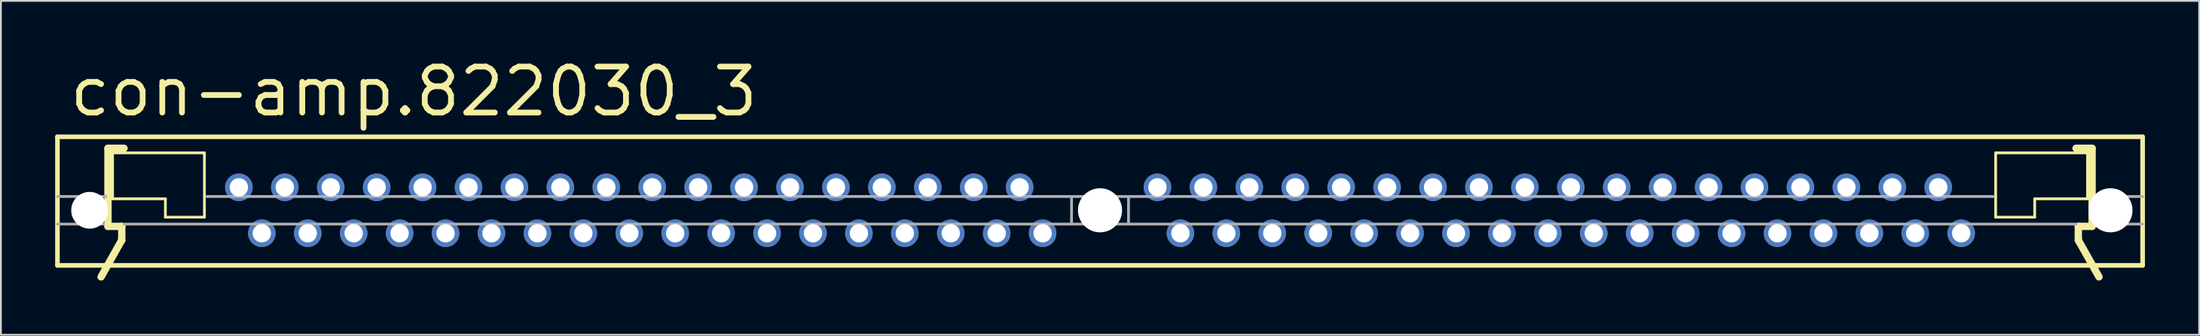
<source format=kicad_pcb>
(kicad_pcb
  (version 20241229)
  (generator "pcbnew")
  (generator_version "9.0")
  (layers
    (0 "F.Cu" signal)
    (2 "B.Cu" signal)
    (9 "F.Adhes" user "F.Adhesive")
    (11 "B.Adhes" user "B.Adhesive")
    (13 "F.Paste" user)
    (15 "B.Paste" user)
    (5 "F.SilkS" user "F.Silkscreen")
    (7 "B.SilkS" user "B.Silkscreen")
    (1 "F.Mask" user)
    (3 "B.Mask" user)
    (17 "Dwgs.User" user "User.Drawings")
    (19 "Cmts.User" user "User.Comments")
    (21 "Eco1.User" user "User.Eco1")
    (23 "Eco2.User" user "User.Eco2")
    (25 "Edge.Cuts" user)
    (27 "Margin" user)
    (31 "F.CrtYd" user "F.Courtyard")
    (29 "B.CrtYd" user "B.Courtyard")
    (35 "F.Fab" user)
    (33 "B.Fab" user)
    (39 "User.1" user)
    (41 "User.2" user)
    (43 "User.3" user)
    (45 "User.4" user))
  (footprint "con-amp.822030_3"
    (layer "F.Cu")
    (at 57.785 8.58)
    (property "Reference" "con-amp.822030_3" (at -57.15 -5.08 0) (layer "F.SilkS") (effects (font (size 2.54 2.54) (thickness 0.32)) (justify left bottom)))
    (attr through_hole)
    (fp_line (start -57.658 -4.064) (end 57.658 -4.064) (stroke (width 0.254) (type default)) (layer "F.SilkS"))
    (fp_line (start -57.658 3.048) (end -57.658 -4.064) (stroke (width 0.254) (type default)) (layer "F.SilkS"))
    (fp_line (start -54.864 -3.429) (end -54.864 0.889) (stroke (width 0.406) (type default)) (layer "F.SilkS"))
    (fp_line (start -54.864 0.889) (end -54.102 0.889) (stroke (width 0.406) (type default)) (layer "F.SilkS"))
    (fp_line (start -54.61 -3.175) (end -54.61 -0.635) (stroke (width 0.152) (type default)) (layer "F.SilkS"))
    (fp_line (start -54.102 0.889) (end -54.102 1.651) (stroke (width 0.406) (type default)) (layer "F.SilkS"))
    (fp_line (start -54.102 1.651) (end -55.245 3.683) (stroke (width 0.406) (type default)) (layer "F.SilkS"))
    (fp_line (start -53.975 -3.429) (end -54.864 -3.429) (stroke (width 0.406) (type default)) (layer "F.SilkS"))
    (fp_line (start -51.689 -0.635) (end -54.61 -0.635) (stroke (width 0.152) (type default)) (layer "F.SilkS"))
    (fp_line (start -51.689 0.381) (end -51.689 -0.635) (stroke (width 0.152) (type default)) (layer "F.SilkS"))
    (fp_line (start -51.689 0.381) (end -49.53 0.381) (stroke (width 0.152) (type default)) (layer "F.SilkS"))
    (fp_line (start -49.53 -3.175) (end -54.61 -3.175) (stroke (width 0.152) (type default)) (layer "F.SilkS"))
    (fp_line (start -49.53 0.381) (end -49.53 -3.175) (stroke (width 0.152) (type default)) (layer "F.SilkS"))
    (fp_line (start 49.53 -3.175) (end 54.61 -3.175) (stroke (width 0.152) (type default)) (layer "F.SilkS"))
    (fp_line (start 49.53 0.381) (end 49.53 -3.175) (stroke (width 0.152) (type default)) (layer "F.SilkS"))
    (fp_line (start 51.689 -0.635) (end 54.61 -0.635) (stroke (width 0.152) (type default)) (layer "F.SilkS"))
    (fp_line (start 51.689 0.381) (end 49.53 0.381) (stroke (width 0.152) (type default)) (layer "F.SilkS"))
    (fp_line (start 51.689 0.381) (end 51.689 -0.635) (stroke (width 0.152) (type default)) (layer "F.SilkS"))
    (fp_line (start 53.975 -3.429) (end 54.864 -3.429) (stroke (width 0.406) (type default)) (layer "F.SilkS"))
    (fp_line (start 54.102 0.889) (end 54.102 1.651) (stroke (width 0.406) (type default)) (layer "F.SilkS"))
    (fp_line (start 54.102 1.651) (end 55.245 3.683) (stroke (width 0.406) (type default)) (layer "F.SilkS"))
    (fp_line (start 54.61 -3.175) (end 54.61 -0.635) (stroke (width 0.152) (type default)) (layer "F.SilkS"))
    (fp_line (start 54.864 -3.429) (end 54.864 0.889) (stroke (width 0.406) (type default)) (layer "F.SilkS"))
    (fp_line (start 54.864 0.889) (end 54.102 0.889) (stroke (width 0.406) (type default)) (layer "F.SilkS"))
    (fp_line (start 57.658 -4.064) (end 57.658 3.048) (stroke (width 0.254) (type default)) (layer "F.SilkS"))
    (fp_line (start 57.658 3.048) (end -57.658 3.048) (stroke (width 0.254) (type default)) (layer "F.SilkS"))
    (fp_line (start -57.658 -0.762) (end -54.991 -0.762) (stroke (width 0.152) (type default)) (layer "F.Fab"))
    (fp_line (start -57.658 0.762) (end -55.118 0.762) (stroke (width 0.152) (type default)) (layer "F.Fab"))
    (fp_line (start -53.975 0.762) (end -1.575 0.762) (stroke (width 0.152) (type default)) (layer "F.Fab"))
    (fp_line (start -49.403 -0.762) (end -1.575 -0.762) (stroke (width 0.152) (type default)) (layer "F.Fab"))
    (fp_line (start -1.575 -0.762) (end 1.575 -0.762) (stroke (width 0.152) (type default)) (layer "F.Fab"))
    (fp_line (start -1.575 0.762) (end -1.575 -0.762) (stroke (width 0.152) (type default)) (layer "F.Fab"))
    (fp_line (start -1.575 0.762) (end 1.575 0.762) (stroke (width 0.152) (type default)) (layer "F.Fab"))
    (fp_line (start 1.575 0.762) (end 1.575 -0.762) (stroke (width 0.152) (type default)) (layer "F.Fab"))
    (fp_line (start 49.403 -0.762) (end 1.575 -0.762) (stroke (width 0.152) (type default)) (layer "F.Fab"))
    (fp_line (start 53.975 0.762) (end 1.575 0.762) (stroke (width 0.152) (type default)) (layer "F.Fab"))
    (fp_line (start 57.658 -0.762) (end 55.245 -0.762) (stroke (width 0.152) (type default)) (layer "F.Fab"))
    (fp_line (start 57.658 0.762) (end 55.118 0.762) (stroke (width 0.152) (type default)) (layer "F.Fab"))
    (pad "" np_thru_hole circle (at -55.88 0) (size 2.032 2.032) (drill 2.032) (layers "*.Cu" "*.Mask"))
    (pad "" np_thru_hole circle (at 0 0) (size 2.438 2.438) (drill 2.438) (layers "*.Cu" "*.Mask"))
    (pad "" np_thru_hole circle (at 55.88 0) (size 2.438 2.438) (drill 2.438) (layers "*.Cu" "*.Mask"))
    (pad "1" thru_hole circle (at -47.625 -1.27) (size 1.524 1.524) (drill 1.016) (layers "*.Cu" "*.Mask"))
    (pad "2" thru_hole circle (at -46.355 1.27) (size 1.524 1.524) (drill 1.016) (layers "*.Cu" "*.Mask"))
    (pad "3" thru_hole circle (at -45.085 -1.27) (size 1.524 1.524) (drill 1.016) (layers "*.Cu" "*.Mask"))
    (pad "4" thru_hole circle (at -43.815 1.27) (size 1.524 1.524) (drill 1.016) (layers "*.Cu" "*.Mask"))
    (pad "5" thru_hole circle (at -42.545 -1.27) (size 1.524 1.524) (drill 1.016) (layers "*.Cu" "*.Mask"))
    (pad "6" thru_hole circle (at -41.275 1.27) (size 1.524 1.524) (drill 1.016) (layers "*.Cu" "*.Mask"))
    (pad "7" thru_hole circle (at -40.005 -1.27) (size 1.524 1.524) (drill 1.016) (layers "*.Cu" "*.Mask"))
    (pad "8" thru_hole circle (at -38.735 1.27) (size 1.524 1.524) (drill 1.016) (layers "*.Cu" "*.Mask"))
    (pad "9" thru_hole circle (at -37.465 -1.27) (size 1.524 1.524) (drill 1.016) (layers "*.Cu" "*.Mask"))
    (pad "10" thru_hole circle (at -36.195 1.27) (size 1.524 1.524) (drill 1.016) (layers "*.Cu" "*.Mask"))
    (pad "11" thru_hole circle (at -34.925 -1.27) (size 1.524 1.524) (drill 1.016) (layers "*.Cu" "*.Mask"))
    (pad "12" thru_hole circle (at -33.655 1.27) (size 1.524 1.524) (drill 1.016) (layers "*.Cu" "*.Mask"))
    (pad "13" thru_hole circle (at -32.385 -1.27) (size 1.524 1.524) (drill 1.016) (layers "*.Cu" "*.Mask"))
    (pad "14" thru_hole circle (at -31.115 1.27) (size 1.524 1.524) (drill 1.016) (layers "*.Cu" "*.Mask"))
    (pad "15" thru_hole circle (at -29.845 -1.27) (size 1.524 1.524) (drill 1.016) (layers "*.Cu" "*.Mask"))
    (pad "16" thru_hole circle (at -28.575 1.27) (size 1.524 1.524) (drill 1.016) (layers "*.Cu" "*.Mask"))
    (pad "17" thru_hole circle (at -27.305 -1.27) (size 1.524 1.524) (drill 1.016) (layers "*.Cu" "*.Mask"))
    (pad "18" thru_hole circle (at -26.035 1.27) (size 1.524 1.524) (drill 1.016) (layers "*.Cu" "*.Mask"))
    (pad "19" thru_hole circle (at -24.765 -1.27) (size 1.524 1.524) (drill 1.016) (layers "*.Cu" "*.Mask"))
    (pad "20" thru_hole circle (at -23.495 1.27) (size 1.524 1.524) (drill 1.016) (layers "*.Cu" "*.Mask"))
    (pad "21" thru_hole circle (at -22.225 -1.27) (size 1.524 1.524) (drill 1.016) (layers "*.Cu" "*.Mask"))
    (pad "22" thru_hole circle (at -20.955 1.27) (size 1.524 1.524) (drill 1.016) (layers "*.Cu" "*.Mask"))
    (pad "23" thru_hole circle (at -19.685 -1.27) (size 1.524 1.524) (drill 1.016) (layers "*.Cu" "*.Mask"))
    (pad "24" thru_hole circle (at -18.415 1.27) (size 1.524 1.524) (drill 1.016) (layers "*.Cu" "*.Mask"))
    (pad "25" thru_hole circle (at -17.145 -1.27) (size 1.524 1.524) (drill 1.016) (layers "*.Cu" "*.Mask"))
    (pad "26" thru_hole circle (at -15.875 1.27) (size 1.524 1.524) (drill 1.016) (layers "*.Cu" "*.Mask"))
    (pad "27" thru_hole circle (at -14.605 -1.27) (size 1.524 1.524) (drill 1.016) (layers "*.Cu" "*.Mask"))
    (pad "28" thru_hole circle (at -13.335 1.27) (size 1.524 1.524) (drill 1.016) (layers "*.Cu" "*.Mask"))
    (pad "29" thru_hole circle (at -12.065 -1.27) (size 1.524 1.524) (drill 1.016) (layers "*.Cu" "*.Mask"))
    (pad "30" thru_hole circle (at -10.795 1.27) (size 1.524 1.524) (drill 1.016) (layers "*.Cu" "*.Mask"))
    (pad "31" thru_hole circle (at -9.525 -1.27) (size 1.524 1.524) (drill 1.016) (layers "*.Cu" "*.Mask"))
    (pad "32" thru_hole circle (at -8.255 1.27) (size 1.524 1.524) (drill 1.016) (layers "*.Cu" "*.Mask"))
    (pad "33" thru_hole circle (at -6.985 -1.27) (size 1.524 1.524) (drill 1.016) (layers "*.Cu" "*.Mask"))
    (pad "34" thru_hole circle (at -5.715 1.27) (size 1.524 1.524) (drill 1.016) (layers "*.Cu" "*.Mask"))
    (pad "35" thru_hole circle (at -4.445 -1.27) (size 1.524 1.524) (drill 1.016) (layers "*.Cu" "*.Mask"))
    (pad "36" thru_hole circle (at -3.175 1.27) (size 1.524 1.524) (drill 1.016) (layers "*.Cu" "*.Mask"))
    (pad "37" thru_hole circle (at 3.175 -1.27) (size 1.524 1.524) (drill 1.016) (layers "*.Cu" "*.Mask"))
    (pad "38" thru_hole circle (at 4.445 1.27) (size 1.524 1.524) (drill 1.016) (layers "*.Cu" "*.Mask"))
    (pad "39" thru_hole circle (at 5.715 -1.27) (size 1.524 1.524) (drill 1.016) (layers "*.Cu" "*.Mask"))
    (pad "40" thru_hole circle (at 6.985 1.27) (size 1.524 1.524) (drill 1.016) (layers "*.Cu" "*.Mask"))
    (pad "41" thru_hole circle (at 8.255 -1.27) (size 1.524 1.524) (drill 1.016) (layers "*.Cu" "*.Mask"))
    (pad "42" thru_hole circle (at 9.525 1.27) (size 1.524 1.524) (drill 1.016) (layers "*.Cu" "*.Mask"))
    (pad "43" thru_hole circle (at 10.795 -1.27) (size 1.524 1.524) (drill 1.016) (layers "*.Cu" "*.Mask"))
    (pad "44" thru_hole circle (at 12.065 1.27) (size 1.524 1.524) (drill 1.016) (layers "*.Cu" "*.Mask"))
    (pad "45" thru_hole circle (at 13.335 -1.27) (size 1.524 1.524) (drill 1.016) (layers "*.Cu" "*.Mask"))
    (pad "46" thru_hole circle (at 14.605 1.27) (size 1.524 1.524) (drill 1.016) (layers "*.Cu" "*.Mask"))
    (pad "47" thru_hole circle (at 15.875 -1.27) (size 1.524 1.524) (drill 1.016) (layers "*.Cu" "*.Mask"))
    (pad "48" thru_hole circle (at 17.145 1.27) (size 1.524 1.524) (drill 1.016) (layers "*.Cu" "*.Mask"))
    (pad "49" thru_hole circle (at 18.415 -1.27) (size 1.524 1.524) (drill 1.016) (layers "*.Cu" "*.Mask"))
    (pad "50" thru_hole circle (at 19.685 1.27) (size 1.524 1.524) (drill 1.016) (layers "*.Cu" "*.Mask"))
    (pad "51" thru_hole circle (at 20.955 -1.27) (size 1.524 1.524) (drill 1.016) (layers "*.Cu" "*.Mask"))
    (pad "52" thru_hole circle (at 22.225 1.27) (size 1.524 1.524) (drill 1.016) (layers "*.Cu" "*.Mask"))
    (pad "53" thru_hole circle (at 23.495 -1.27) (size 1.524 1.524) (drill 1.016) (layers "*.Cu" "*.Mask"))
    (pad "54" thru_hole circle (at 24.765 1.27) (size 1.524 1.524) (drill 1.016) (layers "*.Cu" "*.Mask"))
    (pad "55" thru_hole circle (at 26.035 -1.27) (size 1.524 1.524) (drill 1.016) (layers "*.Cu" "*.Mask"))
    (pad "56" thru_hole circle (at 27.305 1.27) (size 1.524 1.524) (drill 1.016) (layers "*.Cu" "*.Mask"))
    (pad "57" thru_hole circle (at 28.575 -1.27) (size 1.524 1.524) (drill 1.016) (layers "*.Cu" "*.Mask"))
    (pad "58" thru_hole circle (at 29.845 1.27) (size 1.524 1.524) (drill 1.016) (layers "*.Cu" "*.Mask"))
    (pad "59" thru_hole circle (at 31.115 -1.27) (size 1.524 1.524) (drill 1.016) (layers "*.Cu" "*.Mask"))
    (pad "60" thru_hole circle (at 32.385 1.27) (size 1.524 1.524) (drill 1.016) (layers "*.Cu" "*.Mask"))
    (pad "61" thru_hole circle (at 33.655 -1.27) (size 1.524 1.524) (drill 1.016) (layers "*.Cu" "*.Mask"))
    (pad "62" thru_hole circle (at 34.925 1.27) (size 1.524 1.524) (drill 1.016) (layers "*.Cu" "*.Mask"))
    (pad "63" thru_hole circle (at 36.195 -1.27) (size 1.524 1.524) (drill 1.016) (layers "*.Cu" "*.Mask"))
    (pad "64" thru_hole circle (at 37.465 1.27) (size 1.524 1.524) (drill 1.016) (layers "*.Cu" "*.Mask"))
    (pad "65" thru_hole circle (at 38.735 -1.27) (size 1.524 1.524) (drill 1.016) (layers "*.Cu" "*.Mask"))
    (pad "66" thru_hole circle (at 40.005 1.27) (size 1.524 1.524) (drill 1.016) (layers "*.Cu" "*.Mask"))
    (pad "67" thru_hole circle (at 41.275 -1.27) (size 1.524 1.524) (drill 1.016) (layers "*.Cu" "*.Mask"))
    (pad "68" thru_hole circle (at 42.545 1.27) (size 1.524 1.524) (drill 1.016) (layers "*.Cu" "*.Mask"))
    (pad "69" thru_hole circle (at 43.815 -1.27) (size 1.524 1.524) (drill 1.016) (layers "*.Cu" "*.Mask"))
    (pad "70" thru_hole circle (at 45.085 1.27) (size 1.524 1.524) (drill 1.016) (layers "*.Cu" "*.Mask"))
    (pad "71" thru_hole circle (at 46.355 -1.27) (size 1.524 1.524) (drill 1.016) (layers "*.Cu" "*.Mask"))
    (pad "72" thru_hole circle (at 47.625 1.27) (size 1.524 1.524) (drill 1.016) (layers "*.Cu" "*.Mask")))
  (gr_rect
    (start -3 -3)
    (end 118.57 15.466)
    (stroke (width 0.1) (type default))
    (fill no)
    (layer "Edge.Cuts")))
</source>
